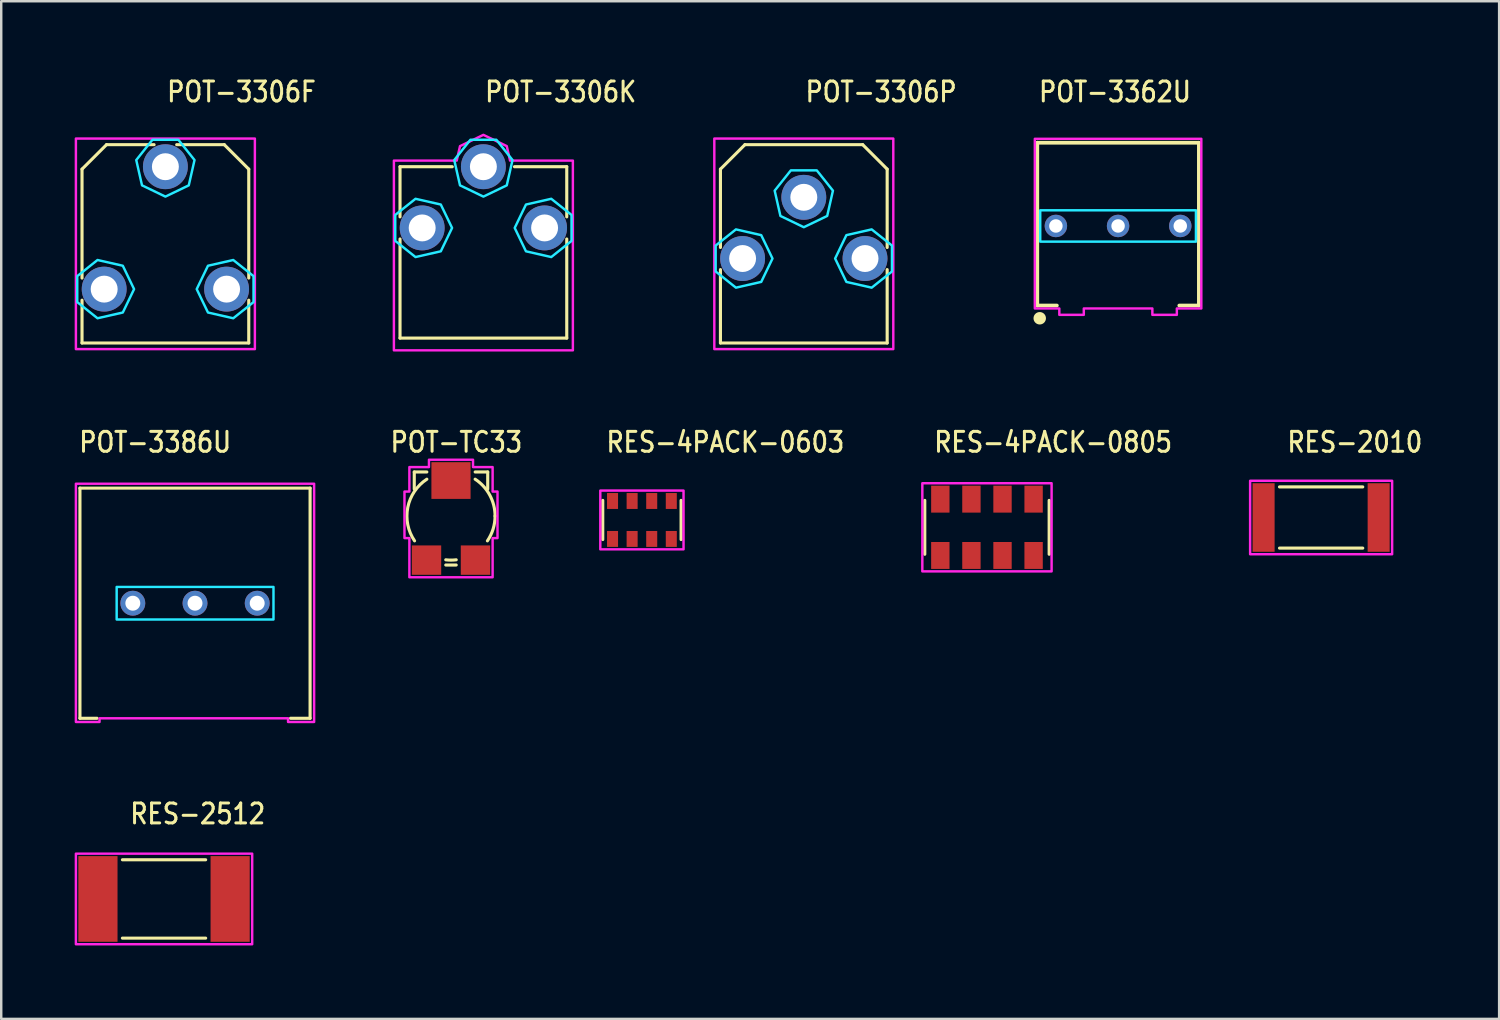
<source format=kicad_pcb>
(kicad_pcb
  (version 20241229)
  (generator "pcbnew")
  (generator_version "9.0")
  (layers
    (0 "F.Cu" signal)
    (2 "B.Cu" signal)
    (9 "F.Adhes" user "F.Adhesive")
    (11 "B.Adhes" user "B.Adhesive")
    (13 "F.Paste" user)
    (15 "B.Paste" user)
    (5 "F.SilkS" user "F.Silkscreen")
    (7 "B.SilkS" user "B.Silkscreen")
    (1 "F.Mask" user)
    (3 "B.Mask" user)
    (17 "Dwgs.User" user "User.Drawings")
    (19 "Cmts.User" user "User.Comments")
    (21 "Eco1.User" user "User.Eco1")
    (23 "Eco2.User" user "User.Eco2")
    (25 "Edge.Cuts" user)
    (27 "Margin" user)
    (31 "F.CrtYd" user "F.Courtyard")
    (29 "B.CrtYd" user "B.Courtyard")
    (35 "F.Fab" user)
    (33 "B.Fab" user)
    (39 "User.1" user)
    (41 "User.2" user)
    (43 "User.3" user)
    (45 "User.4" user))
  (footprint "RES-4PACK-0805"
    (layer "F.Cu")
    (at 37.261 18.487)
    (property "Reference" "RES-4PACK-0805" (at -2.225 -3 0) (unlocked yes) (layer "F.SilkS") (effects (font (size 0.813 0.695) (thickness 0.122)) (justify left bottom)))
    (fp_line (start -2.54 -1.1) (end -2.54 1.1) (stroke (width 0.127) (type solid)) (layer "F.SilkS"))
    (fp_line (start 2.54 -1.1) (end 2.54 1.1) (stroke (width 0.127) (type solid)) (layer "F.SilkS"))
    (fp_poly (pts (xy 2.64 -1.8) (xy 2.64 1.8) (xy -2.64 1.8) (xy -2.64 -1.8)) (stroke (width 0.1) (type solid)) (fill no) (layer "F.CrtYd"))
    (pad "1" smd rect (at -1.905 -1.15) (size 0.75 1.1) (layers "F.Cu" "F.Mask" "F.Paste"))
    (pad "2" smd rect (at -1.905 1.15) (size 0.75 1.1) (layers "F.Cu" "F.Mask" "F.Paste"))
    (pad "3" smd rect (at -0.635 -1.15) (size 0.75 1.1) (layers "F.Cu" "F.Mask" "F.Paste"))
    (pad "4" smd rect (at -0.635 1.15) (size 0.75 1.1) (layers "F.Cu" "F.Mask" "F.Paste"))
    (pad "5" smd rect (at 0.635 -1.15) (size 0.75 1.1) (layers "F.Cu" "F.Mask" "F.Paste"))
    (pad "6" smd rect (at 0.635 1.15) (size 0.75 1.1) (layers "F.Cu" "F.Mask" "F.Paste"))
    (pad "7" smd rect (at 1.905 -1.15) (size 0.75 1.1) (layers "F.Cu" "F.Mask" "F.Paste"))
    (pad "8" smd rect (at 1.905 1.15) (size 0.75 1.1) (layers "F.Cu" "F.Mask" "F.Paste")))
  (footprint "POT-3386U"
    (layer "F.Cu")
    (at 4.915 21.587)
    (property "Reference" "POT-3386U" (at -4.8 -6.1 0) (unlocked yes) (layer "F.SilkS") (effects (font (size 0.813 0.695) (thickness 0.122)) (justify left bottom)))
    (fp_line (start -4.7 -4.7) (end -4.7 4.7) (stroke (width 0.127) (type solid)) (layer "F.SilkS"))
    (fp_line (start -4.7 4.7) (end -4 4.7) (stroke (width 0.127) (type solid)) (layer "F.SilkS"))
    (fp_line (start 3.9 4.7) (end 4.7 4.7) (stroke (width 0.127) (type solid)) (layer "F.SilkS"))
    (fp_line (start 4.7 -4.7) (end -4.7 -4.7) (stroke (width 0.127) (type solid)) (layer "F.SilkS"))
    (fp_line (start 4.7 4.7) (end 4.7 -4.7) (stroke (width 0.127) (type solid)) (layer "F.SilkS"))
    (fp_poly (pts (xy -3.2 -0.665) (xy 3.205 -0.665) (xy 3.205 0.665) (xy -3.2 0.665)) (stroke (width 0.1) (type solid)) (fill no) (layer "B.CrtYd"))
    (fp_poly (pts (xy -4.865 -4.88) (xy 4.865 -4.88) (xy 4.865 4.85) (xy 3.8 4.85) (xy 3.8 4.7) (xy -3.9 4.7) (xy -3.9 4.85) (xy -4.865 4.85)) (stroke (width 0.1) (type solid)) (fill no) (layer "F.CrtYd"))
    (pad "1" thru_hole oval (at -2.54 0) (size 1.017 1.017) (drill 0.61) (layers "*.Cu" "*.Mask"))
    (pad "2" thru_hole oval (at 0 0) (size 1.017 1.017) (drill 0.61) (layers "*.Cu" "*.Mask"))
    (pad "3" thru_hole oval (at 2.54 0) (size 1.017 1.017) (drill 0.61) (layers "*.Cu" "*.Mask")))
  (footprint "RES-2512"
    (layer "F.Cu")
    (at 3.65 33.666)
    (property "Reference" "RES-2512" (at -1.45 -3 0) (unlocked yes) (layer "F.SilkS") (effects (font (size 0.813 0.695) (thickness 0.122)) (justify left bottom)))
    (fp_line (start -1.7 -1.6) (end 1.7 -1.6) (stroke (width 0.127) (type solid)) (layer "F.SilkS"))
    (fp_line (start -1.7 1.6) (end 1.7 1.6) (stroke (width 0.127) (type solid)) (layer "F.SilkS"))
    (fp_poly (pts (xy -3.6 -1.85) (xy 3.6 -1.85) (xy 3.6 1.85) (xy -3.6 1.85)) (stroke (width 0.1) (type solid)) (fill no) (layer "F.CrtYd"))
    (pad "1" smd rect (at -2.7 0) (size 1.6 3.5) (layers "F.Cu" "F.Mask" "F.Paste"))
    (pad "2" smd rect (at 2.7 0) (size 1.6 3.5) (layers "F.Cu" "F.Mask" "F.Paste")))
  (footprint "RES-2010"
    (layer "F.Cu")
    (at 50.909 18.087)
    (property "Reference" "RES-2010" (at -1.45 -2.6 0) (unlocked yes) (layer "F.SilkS") (effects (font (size 0.813 0.695) (thickness 0.122)) (justify left bottom)))
    (fp_line (start -1.7 -1.25) (end 1.7 -1.25) (stroke (width 0.127) (type solid)) (layer "F.SilkS"))
    (fp_line (start -1.7 1.25) (end 1.7 1.25) (stroke (width 0.127) (type solid)) (layer "F.SilkS"))
    (fp_poly (pts (xy -2.9 -1.5) (xy 2.9 -1.5) (xy 2.9 1.5) (xy -2.9 1.5)) (stroke (width 0.1) (type solid)) (fill no) (layer "F.CrtYd"))
    (pad "1" smd rect (at -2.35 0) (size 0.9 2.8) (layers "F.Cu" "F.Mask" "F.Paste"))
    (pad "2" smd rect (at 2.35 0) (size 0.9 2.8) (layers "F.Cu" "F.Mask" "F.Paste")))
  (footprint "POT-3306K"
    (layer "F.Cu")
    (at 16.693 6.259)
    (property "Reference" "POT-3306K" (at 0 -5.08 0) (unlocked yes) (layer "F.SilkS") (effects (font (size 0.813 0.695) (thickness 0.122)) (justify left bottom)))
    (fp_line (start -3.405 -2.5) (end -1.27 -2.5) (stroke (width 0.127) (type solid)) (layer "F.SilkS"))
    (fp_line (start -3.405 -0.452) (end -3.405 -2.5) (stroke (width 0.127) (type solid)) (layer "F.SilkS"))
    (fp_line (start -3.405 4.5) (end -3.405 0.452) (stroke (width 0.127) (type solid)) (layer "F.SilkS"))
    (fp_line (start 1.27 -2.5) (end 3.405 -2.5) (stroke (width 0.127) (type solid)) (layer "F.SilkS"))
    (fp_line (start 3.405 -2.5) (end 3.405 -0.452) (stroke (width 0.127) (type solid)) (layer "F.SilkS"))
    (fp_line (start 3.405 0.452) (end 3.405 4.5) (stroke (width 0.127) (type solid)) (layer "F.SilkS"))
    (fp_line (start 3.405 4.5) (end -3.405 4.5) (stroke (width 0.127) (type solid)) (layer "F.SilkS"))
    (fp_poly (pts (xy -1.279 0) (xy -1.739 -0.955) (xy -2.772 -1.19) (xy -3.6 -0.53) (xy -3.6 0.53) (xy -2.772 1.19) (xy -1.739 0.955)) (stroke (width 0.1) (type solid)) (fill no) (layer "B.CrtYd"))
    (fp_poly (pts (xy 0 -1.279) (xy 0.955 -1.739) (xy 1.19 -2.772) (xy 0.53 -3.6) (xy -0.53 -3.6) (xy -1.19 -2.772) (xy -0.955 -1.739)) (stroke (width 0.1) (type solid)) (fill no) (layer "B.CrtYd"))
    (fp_poly (pts (xy 1.279 0) (xy 1.739 0.955) (xy 2.772 1.19) (xy 3.6 0.53) (xy 3.6 -0.53) (xy 2.772 -1.19) (xy 1.739 -0.955)) (stroke (width 0.1) (type solid)) (fill no) (layer "B.CrtYd"))
    (fp_poly (pts (xy -3.655 -2.75) (xy -1.089 -2.75) (xy -0.955 -3.341) (xy 0 -3.801) (xy 0.955 -3.341) (xy 1.089 -2.75) (xy 3.655 -2.75) (xy 3.655 5) (xy -3.655 5)) (stroke (width 0.1) (type solid)) (fill no) (layer "F.CrtYd"))
    (pad "1" thru_hole oval (at 2.5 0) (size 1.833 1.833) (drill 1.1) (layers "*.Cu" "*.Mask"))
    (pad "2" thru_hole oval (at 0 -2.5) (size 1.833 1.833) (drill 1.1) (layers "*.Cu" "*.Mask"))
    (pad "3" thru_hole oval (at -2.5 0) (size 1.833 1.833) (drill 1.1) (layers "*.Cu" "*.Mask")))
  (footprint "POT-3306P"
    (layer "F.Cu")
    (at 29.78 6.259)
    (property "Reference" "POT-3306P" (at 0 -5.08 0) (unlocked yes) (layer "F.SilkS") (effects (font (size 0.813 0.695) (thickness 0.122)) (justify left bottom)))
    (fp_line (start -3.405 -2.4) (end -2.405 -3.4) (stroke (width 0.127) (type solid)) (layer "F.SilkS"))
    (fp_line (start -3.405 0.798) (end -3.405 -2.4) (stroke (width 0.127) (type solid)) (layer "F.SilkS"))
    (fp_line (start -3.405 4.7) (end -3.405 1.702) (stroke (width 0.127) (type solid)) (layer "F.SilkS"))
    (fp_line (start -2.405 -3.4) (end 2.405 -3.4) (stroke (width 0.127) (type solid)) (layer "F.SilkS"))
    (fp_line (start 2.405 -3.4) (end 3.405 -2.4) (stroke (width 0.127) (type solid)) (layer "F.SilkS"))
    (fp_line (start 3.405 -2.4) (end 3.405 0.798) (stroke (width 0.127) (type solid)) (layer "F.SilkS"))
    (fp_line (start 3.405 1.702) (end 3.405 4.7) (stroke (width 0.127) (type solid)) (layer "F.SilkS"))
    (fp_line (start 3.405 4.7) (end -3.405 4.7) (stroke (width 0.127) (type solid)) (layer "F.SilkS"))
    (fp_circle (center 0 0) (end 3.4 0) (stroke (width 0.001) (type solid)) (fill no) (layer "Dwgs.User"))
    (fp_poly (pts (xy -1.279 1.25) (xy -1.739 0.295) (xy -2.772 0.06) (xy -3.6 0.72) (xy -3.6 1.78) (xy -2.772 2.44) (xy -1.739 2.205)) (stroke (width 0.1) (type solid)) (fill no) (layer "B.CrtYd"))
    (fp_poly (pts (xy 0 -0.029) (xy 0.955 -0.489) (xy 1.19 -1.522) (xy 0.53 -2.35) (xy -0.53 -2.35) (xy -1.19 -1.522) (xy -0.955 -0.489)) (stroke (width 0.1) (type solid)) (fill no) (layer "B.CrtYd"))
    (fp_poly (pts (xy 1.279 1.25) (xy 1.739 2.205) (xy 2.772 2.44) (xy 3.6 1.78) (xy 3.6 0.72) (xy 2.772 0.06) (xy 1.739 0.295)) (stroke (width 0.1) (type solid)) (fill no) (layer "B.CrtYd"))
    (fp_poly (pts (xy -3.655 -3.65) (xy 3.655 -3.65) (xy 3.655 4.95) (xy -3.655 4.95)) (stroke (width 0.1) (type solid)) (fill no) (layer "F.CrtYd"))
    (pad "1" thru_hole oval (at 2.5 1.25) (size 1.833 1.833) (drill 1.1) (layers "*.Cu" "*.Mask"))
    (pad "2" thru_hole oval (at 0 -1.25) (size 1.833 1.833) (drill 1.1) (layers "*.Cu" "*.Mask"))
    (pad "3" thru_hole oval (at -2.5 1.25) (size 1.833 1.833) (drill 1.1) (layers "*.Cu" "*.Mask")))
  (footprint "POT-3362U"
    (layer "F.Cu")
    (at 42.616 6.179)
    (property "Reference" "POT-3362U" (at -3.3 -5 0) (unlocked yes) (layer "F.SilkS") (effects (font (size 0.813 0.695) (thickness 0.122)) (justify left bottom)))
    (fp_line (start -3.3 -3.4) (end 3.3 -3.4) (stroke (width 0.152) (type solid)) (layer "F.SilkS"))
    (fp_line (start -3.3 3.25) (end -3.3 -3.4) (stroke (width 0.152) (type solid)) (layer "F.SilkS"))
    (fp_line (start -3.3 3.25) (end -2.5 3.25) (stroke (width 0.152) (type solid)) (layer "F.SilkS"))
    (fp_line (start 3.3 -3.4) (end 3.3 3.25) (stroke (width 0.152) (type solid)) (layer "F.SilkS"))
    (fp_line (start 3.3 3.25) (end 2.5 3.25) (stroke (width 0.152) (type solid)) (layer "F.SilkS"))
    (fp_circle (center -3.2 3.77) (end -2.946 3.77) (stroke (width 0) (type solid)) (fill yes) (layer "F.SilkS"))
    (fp_poly (pts (xy -3.18 -0.64) (xy -3.18 0.64) (xy 3.18 0.64) (xy 3.18 -0.64)) (stroke (width 0.1) (type solid)) (fill no) (layer "B.CrtYd"))
    (fp_poly (pts (xy -3.4 -3.56) (xy -3.4 3.37) (xy -2.4 3.37) (xy -2.4 3.63) (xy -1.4 3.63) (xy -1.4 3.37) (xy 1.4 3.37) (xy 1.4 3.63) (xy 2.4 3.63) (xy 2.4 3.37) (xy 3.4 3.37) (xy 3.4 -3.56)) (stroke (width 0.1) (type solid)) (fill no) (layer "F.CrtYd"))
    (pad "1" thru_hole oval (at 2.54 0) (size 0.917 0.917) (drill 0.55) (layers "*.Cu" "*.Mask"))
    (pad "2" thru_hole oval (at 0 0) (size 0.917 0.917) (drill 0.55) (layers "*.Cu" "*.Mask"))
    (pad "3" thru_hole oval (at -2.54 0) (size 0.917 0.917) (drill 0.55) (layers "*.Cu" "*.Mask")))
  (footprint "POT-3306F"
    (layer "F.Cu")
    (at 3.705 6.259)
    (property "Reference" "POT-3306F" (at 0 -5.08 0) (unlocked yes) (layer "F.SilkS") (effects (font (size 0.813 0.695) (thickness 0.122)) (justify left bottom)))
    (fp_line (start -3.405 -2.4) (end -2.405 -3.4) (stroke (width 0.127) (type solid)) (layer "F.SilkS"))
    (fp_line (start -3.405 2.048) (end -3.405 -2.4) (stroke (width 0.127) (type solid)) (layer "F.SilkS"))
    (fp_line (start -3.405 4.7) (end -3.405 2.952) (stroke (width 0.127) (type solid)) (layer "F.SilkS"))
    (fp_line (start -2.405 -3.4) (end -0.462 -3.4) (stroke (width 0.127) (type solid)) (layer "F.SilkS"))
    (fp_line (start 0.462 -3.4) (end 2.405 -3.4) (stroke (width 0.127) (type solid)) (layer "F.SilkS"))
    (fp_line (start 2.405 -3.4) (end 3.405 -2.4) (stroke (width 0.127) (type solid)) (layer "F.SilkS"))
    (fp_line (start 3.405 -2.4) (end 3.405 2.048) (stroke (width 0.127) (type solid)) (layer "F.SilkS"))
    (fp_line (start 3.405 2.952) (end 3.405 4.7) (stroke (width 0.127) (type solid)) (layer "F.SilkS"))
    (fp_line (start 3.405 4.7) (end -3.405 4.7) (stroke (width 0.127) (type solid)) (layer "F.SilkS"))
    (fp_circle (center 0 0) (end 3.4 0) (stroke (width 0.001) (type solid)) (fill no) (layer "Dwgs.User"))
    (fp_poly (pts (xy -1.279 2.5) (xy -1.739 1.545) (xy -2.772 1.31) (xy -3.6 1.97) (xy -3.6 3.03) (xy -2.772 3.69) (xy -1.739 3.455)) (stroke (width 0.1) (type solid)) (fill no) (layer "B.CrtYd"))
    (fp_poly (pts (xy 0 -1.279) (xy 0.955 -1.739) (xy 1.19 -2.772) (xy 0.53 -3.6) (xy -0.53 -3.6) (xy -1.19 -2.772) (xy -0.955 -1.739)) (stroke (width 0.1) (type solid)) (fill no) (layer "B.CrtYd"))
    (fp_poly (pts (xy 1.279 2.5) (xy 1.739 3.455) (xy 2.772 3.69) (xy 3.6 3.03) (xy 3.6 1.97) (xy 2.772 1.31) (xy 1.739 1.545)) (stroke (width 0.1) (type solid)) (fill no) (layer "B.CrtYd"))
    (fp_poly (pts (xy -3.655 -3.65) (xy 3.655 -3.65) (xy 3.655 4.95) (xy -3.655 4.95)) (stroke (width 0.1) (type solid)) (fill no) (layer "F.CrtYd"))
    (pad "1" thru_hole oval (at 2.5 2.5) (size 1.833 1.833) (drill 1.1) (layers "*.Cu" "*.Mask"))
    (pad "2" thru_hole oval (at 0 -2.5) (size 1.833 1.833) (drill 1.1) (layers "*.Cu" "*.Mask"))
    (pad "3" thru_hole oval (at -2.5 2.5) (size 1.833 1.833) (drill 1.1) (layers "*.Cu" "*.Mask")))
  (footprint "RES-4PACK-0603"
    (layer "F.Cu")
    (at 23.168 18.187)
    (property "Reference" "RES-4PACK-0603" (at -1.52 -2.7 0) (unlocked yes) (layer "F.SilkS") (effects (font (size 0.813 0.695) (thickness 0.122)) (justify left bottom)))
    (fp_line (start -1.6 -0.8) (end -1.6 0.8) (stroke (width 0.127) (type solid)) (layer "F.SilkS"))
    (fp_line (start 1.6 -0.8) (end 1.6 0.8) (stroke (width 0.127) (type solid)) (layer "F.SilkS"))
    (fp_poly (pts (xy 1.7 -1.2) (xy 1.7 1.2) (xy -1.7 1.2) (xy -1.7 -1.2)) (stroke (width 0.1) (type solid)) (fill no) (layer "F.CrtYd"))
    (pad "1" smd rect (at -1.2 -0.775) (size 0.45 0.65) (layers "F.Cu" "F.Mask" "F.Paste"))
    (pad "2" smd rect (at -1.2 0.775) (size 0.45 0.65) (layers "F.Cu" "F.Mask" "F.Paste"))
    (pad "3" smd rect (at -0.4 -0.775) (size 0.45 0.65) (layers "F.Cu" "F.Mask" "F.Paste"))
    (pad "4" smd rect (at -0.4 0.775) (size 0.45 0.65) (layers "F.Cu" "F.Mask" "F.Paste"))
    (pad "5" smd rect (at 0.4 -0.775) (size 0.45 0.65) (layers "F.Cu" "F.Mask" "F.Paste"))
    (pad "6" smd rect (at 0.4 0.775) (size 0.45 0.65) (layers "F.Cu" "F.Mask" "F.Paste"))
    (pad "7" smd rect (at 1.2 -0.775) (size 0.45 0.65) (layers "F.Cu" "F.Mask" "F.Paste"))
    (pad "8" smd rect (at 1.2 0.775) (size 0.45 0.65) (layers "F.Cu" "F.Mask" "F.Paste")))
  (footprint "POT-TC33"
    (layer "F.Cu")
    (at 15.37 18.027)
    (property "Reference" "POT-TC33" (at -2.54 -2.54 0) (unlocked yes) (layer "F.SilkS") (effects (font (size 0.813 0.695) (thickness 0.122)) (justify left bottom)))
    (fp_line (start -1.5 -1.8) (end -0.987 -1.8) (stroke (width 0.127) (type solid)) (layer "F.SilkS"))
    (fp_line (start -1.5 -1.1) (end -1.5 -1.8) (stroke (width 0.127) (type solid)) (layer "F.SilkS"))
    (fp_line (start -0.213 2) (end 0.213 2) (stroke (width 0.127) (type solid)) (layer "F.SilkS"))
    (fp_line (start 0.987 -1.8) (end 1.5 -1.8) (stroke (width 0.127) (type solid)) (layer "F.SilkS"))
    (fp_line (start 1.5 -1.8) (end 1.5 -1.1) (stroke (width 0.127) (type solid)) (layer "F.SilkS"))
    (fp_arc (start -1.487756 1.013203) (mid -1.765381 -0.351328) (end -0.986491 -1.505603) (stroke (width 0.127) (type solid)) (layer "F.SilkS"))
    (fp_arc (start 0.213488 1.787294) (mid 0.000017 1.8) (end -0.213453 1.7873) (stroke (width 0.127) (type solid)) (layer "F.SilkS"))
    (fp_arc (start 0.986147 -1.505828) (mid 1.583519 -0.855844) (end 1.8 0) (stroke (width 0.127) (type solid)) (layer "F.SilkS"))
    (fp_arc (start 1.8 0) (mid 1.720121 0.53027) (end 1.487572 1.013475) (stroke (width 0.127) (type solid)) (layer "F.SilkS"))
    (fp_poly (pts (xy -0.9 -2.3) (xy 0.9 -2.3) (xy 0.9 -2) (xy 1.7 -2) (xy 1.7 -1) (xy 1.9 -1) (xy 1.9 0.9) (xy 1.7 0.9) (xy 1.7 2.5) (xy -1.7 2.5) (xy -1.7 0.9) (xy -1.9 0.9) (xy -1.9 -1) (xy -1.7 -1) (xy -1.7 -2) (xy -0.9 -2)) (stroke (width 0.1) (type solid)) (fill no) (layer "F.CrtYd"))
    (pad "1" smd rect (at -1 1.8) (size 1.2 1.2) (layers "F.Cu" "F.Mask" "F.Paste"))
    (pad "2" smd rect (at 0 -1.45) (size 1.6 1.5) (layers "F.Cu" "F.Mask" "F.Paste"))
    (pad "3" smd rect (at 1 1.8) (size 1.2 1.2) (layers "F.Cu" "F.Mask" "F.Paste")))
  (gr_rect
    (start -3 -3)
    (end 58.179 38.566)
    (stroke (width 0.1) (type default))
    (fill no)
    (layer "Edge.Cuts")))
</source>
